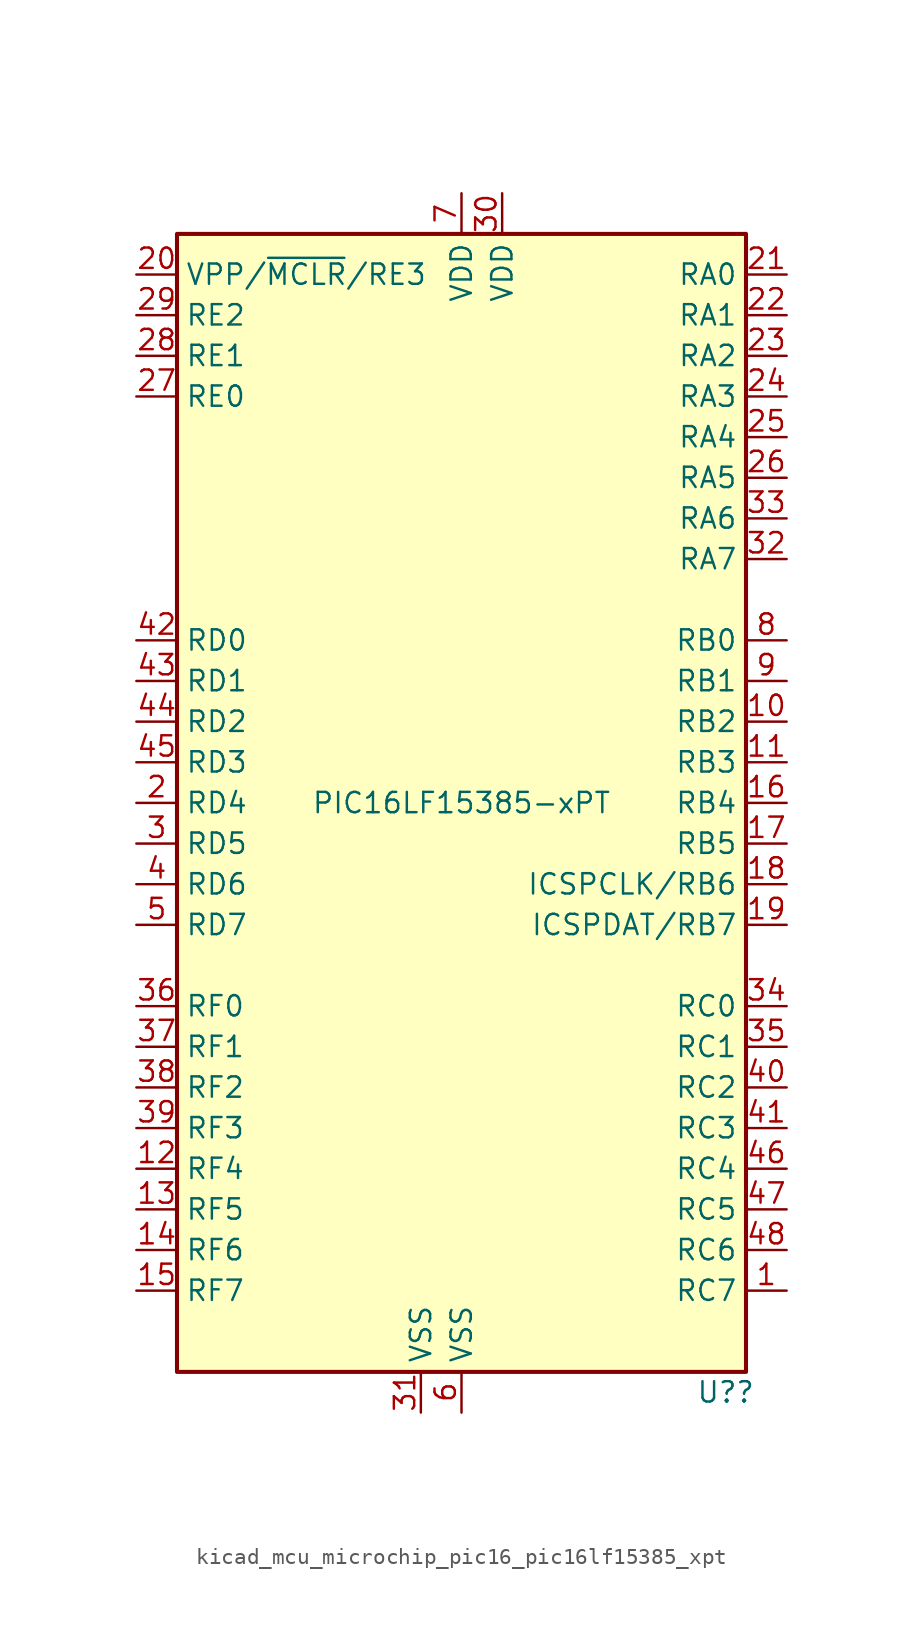
<source format=kicad_sym>
(kicad_symbol_lib
  (version 20220914)
  (generator kicad_symbol_editor)
  (symbol "kicad_mcu_microchip_pic16_pic16lf15385_xpt"
    (property "Reference" "U?"
      (at 16.51 -36.83 0)
      (effects (font (size 1.27 1.27))))
    (property "Value" "PIC16LF15385-xPT"
      (at 0 0 0)
      (effects (font (size 1.27 1.27))))
    (symbol "kicad_mcu_microchip_pic16_pic16lf15385_xpt_0_0"
      (pin bidirectional line (at -20.32 -2.54 0) (length 2.54) (name "RD5" (effects (font (size 1.27 1.27)))) (number "3" (effects (font (size 1.27 1.27)))))
      (pin bidirectional line (at -20.32 -5.08 0) (length 2.54) (name "RD6" (effects (font (size 1.27 1.27)))) (number "4" (effects (font (size 1.27 1.27))))))
    (symbol "kicad_mcu_microchip_pic16_pic16lf15385_xpt_0_1"
      (rectangle (start -17.78 35.56) (end 17.78 -35.56) (stroke (width 0.254) (type default)) (fill (type background))))
    (symbol "kicad_mcu_microchip_pic16_pic16lf15385_xpt_1_1"
      (pin bidirectional line (at 20.32 -30.48 180) (length 2.54) (name "RC7" (effects (font (size 1.27 1.27)))) (number "1" (effects (font (size 1.27 1.27)))))
      (pin bidirectional line (at 20.32 5.08 180) (length 2.54) (name "RB2" (effects (font (size 1.27 1.27)))) (number "10" (effects (font (size 1.27 1.27)))))
      (pin bidirectional line (at 20.32 2.54 180) (length 2.54) (name "RB3" (effects (font (size 1.27 1.27)))) (number "11" (effects (font (size 1.27 1.27)))))
      (pin bidirectional line (at -20.32 -22.86 0) (length 2.54) (name "RF4" (effects (font (size 1.27 1.27)))) (number "12" (effects (font (size 1.27 1.27)))))
      (pin bidirectional line (at -20.32 -25.4 0) (length 2.54) (name "RF5" (effects (font (size 1.27 1.27)))) (number "13" (effects (font (size 1.27 1.27)))))
      (pin bidirectional line (at -20.32 -27.94 0) (length 2.54) (name "RF6" (effects (font (size 1.27 1.27)))) (number "14" (effects (font (size 1.27 1.27)))))
      (pin bidirectional line (at -20.32 -30.48 0) (length 2.54) (name "RF7" (effects (font (size 1.27 1.27)))) (number "15" (effects (font (size 1.27 1.27)))))
      (pin bidirectional line (at 20.32 0 180) (length 2.54) (name "RB4" (effects (font (size 1.27 1.27)))) (number "16" (effects (font (size 1.27 1.27)))))
      (pin bidirectional line (at 20.32 -2.54 180) (length 2.54) (name "RB5" (effects (font (size 1.27 1.27)))) (number "17" (effects (font (size 1.27 1.27)))))
      (pin bidirectional line (at 20.32 -5.08 180) (length 2.54) (name "ICSPCLK/RB6" (effects (font (size 1.27 1.27)))) (number "18" (effects (font (size 1.27 1.27)))))
      (pin bidirectional line (at 20.32 -7.62 180) (length 2.54) (name "ICSPDAT/RB7" (effects (font (size 1.27 1.27)))) (number "19" (effects (font (size 1.27 1.27)))))
      (pin bidirectional line (at -20.32 0 0) (length 2.54) (name "RD4" (effects (font (size 1.27 1.27)))) (number "2" (effects (font (size 1.27 1.27)))))
      (pin bidirectional line (at -20.32 33.02 0) (length 2.54) (name "VPP/~{MCLR}/RE3" (effects (font (size 1.27 1.27)))) (number "20" (effects (font (size 1.27 1.27)))))
      (pin bidirectional line (at 20.32 33.02 180) (length 2.54) (name "RA0" (effects (font (size 1.27 1.27)))) (number "21" (effects (font (size 1.27 1.27)))))
      (pin bidirectional line (at 20.32 30.48 180) (length 2.54) (name "RA1" (effects (font (size 1.27 1.27)))) (number "22" (effects (font (size 1.27 1.27)))))
      (pin bidirectional line (at 20.32 27.94 180) (length 2.54) (name "RA2" (effects (font (size 1.27 1.27)))) (number "23" (effects (font (size 1.27 1.27)))))
      (pin bidirectional line (at 20.32 25.4 180) (length 2.54) (name "RA3" (effects (font (size 1.27 1.27)))) (number "24" (effects (font (size 1.27 1.27)))))
      (pin bidirectional line (at 20.32 22.86 180) (length 2.54) (name "RA4" (effects (font (size 1.27 1.27)))) (number "25" (effects (font (size 1.27 1.27)))))
      (pin bidirectional line (at 20.32 20.32 180) (length 2.54) (name "RA5" (effects (font (size 1.27 1.27)))) (number "26" (effects (font (size 1.27 1.27)))))
      (pin bidirectional line (at -20.32 25.4 0) (length 2.54) (name "RE0" (effects (font (size 1.27 1.27)))) (number "27" (effects (font (size 1.27 1.27)))))
      (pin bidirectional line (at -20.32 27.94 0) (length 2.54) (name "RE1" (effects (font (size 1.27 1.27)))) (number "28" (effects (font (size 1.27 1.27)))))
      (pin bidirectional line (at -20.32 30.48 0) (length 2.54) (name "RE2" (effects (font (size 1.27 1.27)))) (number "29" (effects (font (size 1.27 1.27)))))
      (pin power_in line (at 2.54 38.1 270) (length 2.54) (name "VDD" (effects (font (size 1.27 1.27)))) (number "30" (effects (font (size 1.27 1.27)))))
      (pin power_in line (at -2.54 -38.1 90) (length 2.54) (name "VSS" (effects (font (size 1.27 1.27)))) (number "31" (effects (font (size 1.27 1.27)))))
      (pin bidirectional line (at 20.32 15.24 180) (length 2.54) (name "RA7" (effects (font (size 1.27 1.27)))) (number "32" (effects (font (size 1.27 1.27)))))
      (pin bidirectional line (at 20.32 17.78 180) (length 2.54) (name "RA6" (effects (font (size 1.27 1.27)))) (number "33" (effects (font (size 1.27 1.27)))))
      (pin bidirectional line (at 20.32 -12.7 180) (length 2.54) (name "RC0" (effects (font (size 1.27 1.27)))) (number "34" (effects (font (size 1.27 1.27)))))
      (pin bidirectional line (at 20.32 -15.24 180) (length 2.54) (name "RC1" (effects (font (size 1.27 1.27)))) (number "35" (effects (font (size 1.27 1.27)))))
      (pin bidirectional line (at -20.32 -12.7 0) (length 2.54) (name "RF0" (effects (font (size 1.27 1.27)))) (number "36" (effects (font (size 1.27 1.27)))))
      (pin bidirectional line (at -20.32 -15.24 0) (length 2.54) (name "RF1" (effects (font (size 1.27 1.27)))) (number "37" (effects (font (size 1.27 1.27)))))
      (pin bidirectional line (at -20.32 -17.78 0) (length 2.54) (name "RF2" (effects (font (size 1.27 1.27)))) (number "38" (effects (font (size 1.27 1.27)))))
      (pin bidirectional line (at -20.32 -20.32 0) (length 2.54) (name "RF3" (effects (font (size 1.27 1.27)))) (number "39" (effects (font (size 1.27 1.27)))))
      (pin bidirectional line (at 20.32 -17.78 180) (length 2.54) (name "RC2" (effects (font (size 1.27 1.27)))) (number "40" (effects (font (size 1.27 1.27)))))
      (pin bidirectional line (at 20.32 -20.32 180) (length 2.54) (name "RC3" (effects (font (size 1.27 1.27)))) (number "41" (effects (font (size 1.27 1.27)))))
      (pin bidirectional line (at -20.32 10.16 0) (length 2.54) (name "RD0" (effects (font (size 1.27 1.27)))) (number "42" (effects (font (size 1.27 1.27)))))
      (pin bidirectional line (at -20.32 7.62 0) (length 2.54) (name "RD1" (effects (font (size 1.27 1.27)))) (number "43" (effects (font (size 1.27 1.27)))))
      (pin bidirectional line (at -20.32 5.08 0) (length 2.54) (name "RD2" (effects (font (size 1.27 1.27)))) (number "44" (effects (font (size 1.27 1.27)))))
      (pin bidirectional line (at -20.32 2.54 0) (length 2.54) (name "RD3" (effects (font (size 1.27 1.27)))) (number "45" (effects (font (size 1.27 1.27)))))
      (pin bidirectional line (at 20.32 -22.86 180) (length 2.54) (name "RC4" (effects (font (size 1.27 1.27)))) (number "46" (effects (font (size 1.27 1.27)))))
      (pin bidirectional line (at 20.32 -25.4 180) (length 2.54) (name "RC5" (effects (font (size 1.27 1.27)))) (number "47" (effects (font (size 1.27 1.27)))))
      (pin bidirectional line (at 20.32 -27.94 180) (length 2.54) (name "RC6" (effects (font (size 1.27 1.27)))) (number "48" (effects (font (size 1.27 1.27)))))
      (pin bidirectional line (at -20.32 -7.62 0) (length 2.54) (name "RD7" (effects (font (size 1.27 1.27)))) (number "5" (effects (font (size 1.27 1.27)))))
      (pin power_in line (at 0 -38.1 90) (length 2.54) (name "VSS" (effects (font (size 1.27 1.27)))) (number "6" (effects (font (size 1.27 1.27)))))
      (pin power_in line (at 0 38.1 270) (length 2.54) (name "VDD" (effects (font (size 1.27 1.27)))) (number "7" (effects (font (size 1.27 1.27)))))
      (pin bidirectional line (at 20.32 10.16 180) (length 2.54) (name "RB0" (effects (font (size 1.27 1.27)))) (number "8" (effects (font (size 1.27 1.27)))))
      (pin bidirectional line (at 20.32 7.62 180) (length 2.54) (name "RB1" (effects (font (size 1.27 1.27)))) (number "9" (effects (font (size 1.27 1.27))))))))
</source>
